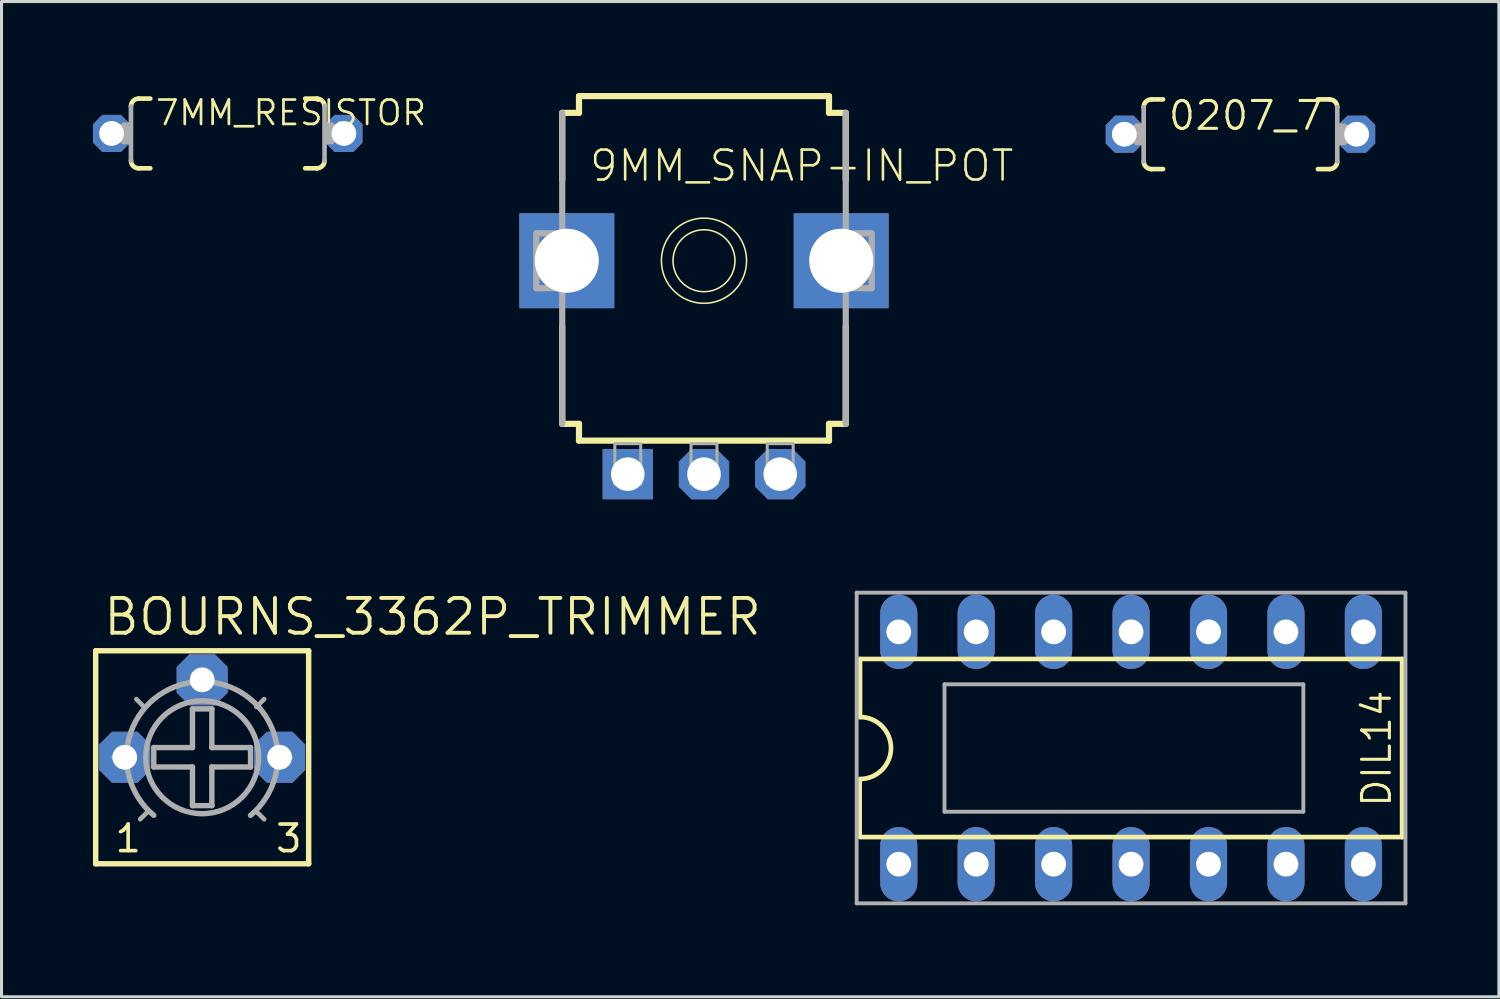
<source format=kicad_pcb>
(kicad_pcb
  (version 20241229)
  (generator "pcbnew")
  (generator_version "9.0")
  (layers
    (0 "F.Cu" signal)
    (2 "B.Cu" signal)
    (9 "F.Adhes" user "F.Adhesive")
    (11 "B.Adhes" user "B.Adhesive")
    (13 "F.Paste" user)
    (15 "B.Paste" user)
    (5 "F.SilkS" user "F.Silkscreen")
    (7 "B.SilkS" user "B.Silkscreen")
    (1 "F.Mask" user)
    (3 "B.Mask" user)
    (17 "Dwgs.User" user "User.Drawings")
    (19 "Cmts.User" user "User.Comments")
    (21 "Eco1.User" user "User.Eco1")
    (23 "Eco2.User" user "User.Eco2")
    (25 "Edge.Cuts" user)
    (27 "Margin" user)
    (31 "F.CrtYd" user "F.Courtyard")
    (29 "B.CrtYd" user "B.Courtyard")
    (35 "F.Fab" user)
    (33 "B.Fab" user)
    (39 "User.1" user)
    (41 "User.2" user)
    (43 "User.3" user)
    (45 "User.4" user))
  (footprint "0207_7"
    (layer "F.Cu")
    (at 37.637 1.353)
    (property "Reference" "0207_7" (at -2.421 -1.146 0) (layer "F.SilkS") (effects (font (size 0.914 0.914) (thickness 0.102)) (justify left top)))
    (fp_line (start -2.921 -1.143) (end -2.54 -1.143) (stroke (width 0.152) (type solid)) (layer "F.SilkS"))
    (fp_line (start -2.921 1.143) (end -2.54 1.143) (stroke (width 0.152) (type solid)) (layer "F.SilkS"))
    (fp_line (start 2.921 -1.143) (end 2.54 -1.143) (stroke (width 0.152) (type solid)) (layer "F.SilkS"))
    (fp_line (start 2.921 1.143) (end 2.54 1.143) (stroke (width 0.152) (type solid)) (layer "F.SilkS"))
    (fp_arc (start -3.175 -0.889) (mid -3.100605 -1.068605) (end -2.921 -1.143) (stroke (width 0.1524) (type solid)) (layer "F.SilkS"))
    (fp_arc (start -2.921 1.143) (mid -3.100605 1.068605) (end -3.175 0.889) (stroke (width 0.1524) (type solid)) (layer "F.SilkS"))
    (fp_arc (start 2.921 -1.143) (mid 3.100605 -1.068605) (end 3.175 -0.889) (stroke (width 0.1524) (type solid)) (layer "F.SilkS"))
    (fp_arc (start 3.175 0.889) (mid 3.100605 1.068605) (end 2.921 1.143) (stroke (width 0.1524) (type solid)) (layer "F.SilkS"))
    (fp_line (start -3.81 0) (end -3.429 0) (stroke (width 0.61) (type solid)) (layer "F.Fab"))
    (fp_line (start -3.175 0.889) (end -3.175 -0.889) (stroke (width 0.152) (type solid)) (layer "F.Fab"))
    (fp_line (start 3.175 0.889) (end 3.175 -0.889) (stroke (width 0.152) (type solid)) (layer "F.Fab"))
    (fp_line (start 3.429 0) (end 3.81 0) (stroke (width 0.61) (type solid)) (layer "F.Fab"))
    (fp_poly (pts (xy -3.429 0.305) (xy -3.175 0.305) (xy -3.175 -0.305) (xy -3.429 -0.305)) (stroke (width 0.1) (type solid)) (fill no) (layer "F.Fab"))
    (fp_poly (pts (xy 3.175 0.305) (xy 3.429 0.305) (xy 3.429 -0.305) (xy 3.175 -0.305)) (stroke (width 0.1) (type solid)) (fill no) (layer "F.Fab"))
    (pad "1" thru_hole roundrect (at -3.81 0) (size 1.219 1.219) (drill 0.813) (layers "*.Cu" "*.Mask") (roundrect_rratio 0.25) (chamfer_ratio 0.25) (chamfer top_left top_right bottom_left bottom_right))
    (pad "2" thru_hole roundrect (at 3.81 0) (size 1.219 1.219) (drill 0.813) (layers "*.Cu" "*.Mask") (roundrect_rratio 0.25) (chamfer_ratio 0.25) (chamfer top_left top_right bottom_left bottom_right)))
  (footprint "9MM_SNAP-IN_POT"
    (layer "F.Cu")
    (at 20.041 5.502)
    (property "Reference" "9MM_SNAP-IN_POT" (at -3.81 -2.54 0) (layer "F.SilkS") (effects (font (size 0.981 0.981) (thickness 0.085)) (justify left bottom)))
    (fp_line (start -4.65 -2.65) (end -4.65 -4.85) (stroke (width 0.203) (type solid)) (layer "F.SilkS"))
    (fp_line (start -4.65 5.35) (end -4.65 2.15) (stroke (width 0.203) (type solid)) (layer "F.SilkS"))
    (fp_line (start -4.65 5.35) (end -4.1 5.35) (stroke (width 0.203) (type solid)) (layer "F.SilkS"))
    (fp_line (start -4.1 -5.4) (end -4.1 -4.85) (stroke (width 0.203) (type solid)) (layer "F.SilkS"))
    (fp_line (start -4.1 -5.4) (end 4.1 -5.4) (stroke (width 0.203) (type solid)) (layer "F.SilkS"))
    (fp_line (start -4.1 -4.85) (end -4.65 -4.85) (stroke (width 0.203) (type solid)) (layer "F.SilkS"))
    (fp_line (start -4.1 5.35) (end -4.1 5.9) (stroke (width 0.203) (type solid)) (layer "F.SilkS"))
    (fp_line (start 4.1 -4.85) (end 4.1 -5.4) (stroke (width 0.203) (type solid)) (layer "F.SilkS"))
    (fp_line (start 4.1 5.35) (end 4.65 5.35) (stroke (width 0.203) (type solid)) (layer "F.SilkS"))
    (fp_line (start 4.1 5.9) (end -4.1 5.9) (stroke (width 0.203) (type solid)) (layer "F.SilkS"))
    (fp_line (start 4.1 5.9) (end 4.1 5.35) (stroke (width 0.203) (type solid)) (layer "F.SilkS"))
    (fp_line (start 4.65 -4.85) (end 4.1 -4.85) (stroke (width 0.203) (type solid)) (layer "F.SilkS"))
    (fp_line (start 4.65 -4.85) (end 4.65 -2.65) (stroke (width 0.203) (type solid)) (layer "F.SilkS"))
    (fp_line (start 4.65 2.15) (end 4.65 5.35) (stroke (width 0.203) (type solid)) (layer "F.SilkS"))
    (fp_circle (center 0 0) (end 1.016 0) (stroke (width 0.051) (type solid)) (fill no) (layer "F.SilkS"))
    (fp_circle (center 0 0) (end 1.397 0) (stroke (width 0.051) (type solid)) (fill no) (layer "F.SilkS"))
    (fp_line (start -5.5 -0.9) (end -5.5 0.9) (stroke (width 0.203) (type solid)) (layer "F.Fab"))
    (fp_line (start -5.5 0.9) (end -4.75 0.9) (stroke (width 0.203) (type solid)) (layer "F.Fab"))
    (fp_line (start -4.75 -0.9) (end -5.5 -0.9) (stroke (width 0.203) (type solid)) (layer "F.Fab"))
    (fp_line (start -4.65 5.35) (end -4.65 -4.85) (stroke (width 0.203) (type solid)) (layer "F.Fab"))
    (fp_line (start 4.65 -4.85) (end 4.65 5.35) (stroke (width 0.203) (type solid)) (layer "F.Fab"))
    (fp_line (start 4.75 0.9) (end 5.5 0.9) (stroke (width 0.203) (type solid)) (layer "F.Fab"))
    (fp_line (start 5.5 -0.9) (end 4.75 -0.9) (stroke (width 0.203) (type solid)) (layer "F.Fab"))
    (fp_line (start 5.5 0.9) (end 5.5 -0.9) (stroke (width 0.203) (type solid)) (layer "F.Fab"))
    (fp_poly (pts (xy -2.925 7.325) (xy -2.075 7.325) (xy -2.075 6) (xy -2.925 6)) (stroke (width 0.1) (type solid)) (fill no) (layer "F.Fab"))
    (fp_poly (pts (xy -0.425 7.325) (xy 0.425 7.325) (xy 0.425 6) (xy -0.425 6)) (stroke (width 0.1) (type solid)) (fill no) (layer "F.Fab"))
    (fp_poly (pts (xy 2.075 7.325) (xy 2.925 7.325) (xy 2.925 6) (xy 2.075 6)) (stroke (width 0.1) (type solid)) (fill no) (layer "F.Fab"))
    (pad "1" thru_hole rect (at -2.5 7 270) (size 1.65 1.65) (drill 1.1) (layers "*.Cu" "*.Mask"))
    (pad "2" thru_hole roundrect (at 0 7 270) (size 1.65 1.65) (drill 1.1) (layers "*.Cu" "*.Mask") (roundrect_rratio 0.25) (chamfer_ratio 0.25) (chamfer top_left top_right bottom_left bottom_right))
    (pad "3" thru_hole roundrect (at 2.5 7 270) (size 1.65 1.65) (drill 1.1) (layers "*.Cu" "*.Mask") (roundrect_rratio 0.25) (chamfer_ratio 0.25) (chamfer top_left top_right bottom_left bottom_right))
    (pad "CHASSIS1" thru_hole rect (at -4.5 0 270) (size 3.116 3.116) (drill 2.1) (layers "*.Cu" "*.Mask"))
    (pad "CHASSIS2" thru_hole rect (at 4.5 0 270) (size 3.116 3.116) (drill 2.1) (layers "*.Cu" "*.Mask")))
  (footprint "BOURNS_3362P_TRIMMER"
    (layer "F.Cu")
    (at 3.581 21.788)
    (property "Reference" "BOURNS_3362P_TRIMMER" (at -3.302 -3.937 0) (layer "F.SilkS") (effects (font (size 1.143 1.143) (thickness 0.127)) (justify left bottom)))
    (fp_line (start -3.493 -3.493) (end 3.493 -3.493) (stroke (width 0.178) (type solid)) (layer "F.SilkS"))
    (fp_line (start -3.493 3.493) (end -3.493 -3.493) (stroke (width 0.178) (type solid)) (layer "F.SilkS"))
    (fp_line (start 3.493 -3.493) (end 3.493 3.493) (stroke (width 0.178) (type solid)) (layer "F.SilkS"))
    (fp_line (start 3.493 3.493) (end -3.493 3.493) (stroke (width 0.178) (type solid)) (layer "F.SilkS"))
    (fp_line (start -2.515 0) (end -2.896 0) (stroke (width 0.152) (type solid)) (layer "F.Fab"))
    (fp_line (start -1.905 -1.651) (end -2.159 -1.905) (stroke (width 0.152) (type solid)) (layer "F.Fab"))
    (fp_line (start -1.778 1.778) (end -2.032 2.032) (stroke (width 0.152) (type solid)) (layer "F.Fab"))
    (fp_line (start -1.587 -0.318) (end -0.318 -0.318) (stroke (width 0.178) (type solid)) (layer "F.Fab"))
    (fp_line (start -1.587 0.318) (end -1.587 -0.318) (stroke (width 0.178) (type solid)) (layer "F.Fab"))
    (fp_line (start -0.318 -1.587) (end 0.318 -1.587) (stroke (width 0.178) (type solid)) (layer "F.Fab"))
    (fp_line (start -0.318 -0.318) (end -0.318 -1.587) (stroke (width 0.178) (type solid)) (layer "F.Fab"))
    (fp_line (start -0.318 0.318) (end -1.587 0.318) (stroke (width 0.178) (type solid)) (layer "F.Fab"))
    (fp_line (start -0.318 1.587) (end -0.318 0.318) (stroke (width 0.178) (type solid)) (layer "F.Fab"))
    (fp_line (start 0 -2.464) (end 0 -2.845) (stroke (width 0.152) (type solid)) (layer "F.Fab"))
    (fp_line (start 0.318 -1.587) (end 0.318 -0.318) (stroke (width 0.178) (type solid)) (layer "F.Fab"))
    (fp_line (start 0.318 -0.318) (end 1.587 -0.318) (stroke (width 0.178) (type solid)) (layer "F.Fab"))
    (fp_line (start 0.318 0.318) (end 0.318 1.587) (stroke (width 0.178) (type solid)) (layer "F.Fab"))
    (fp_line (start 0.318 1.587) (end -0.318 1.587) (stroke (width 0.178) (type solid)) (layer "F.Fab"))
    (fp_line (start 1.587 -0.318) (end 1.587 0.318) (stroke (width 0.178) (type solid)) (layer "F.Fab"))
    (fp_line (start 1.587 0.318) (end 0.318 0.318) (stroke (width 0.178) (type solid)) (layer "F.Fab"))
    (fp_line (start 1.778 -1.651) (end 2.032 -1.905) (stroke (width 0.152) (type solid)) (layer "F.Fab"))
    (fp_line (start 1.778 1.778) (end 2.032 2.032) (stroke (width 0.152) (type solid)) (layer "F.Fab"))
    (fp_line (start 2.515 0) (end 2.896 0) (stroke (width 0.152) (type solid)) (layer "F.Fab"))
    (fp_arc (start -1.5875 1.905) (mid 0 -2.479754) (end 1.5875 1.905) (stroke (width 0.1778) (type solid)) (layer "F.Fab"))
    (fp_circle (center 0 0) (end 1.851 0) (stroke (width 0.178) (type solid)) (fill no) (layer "F.Fab"))
    (fp_text user "3" (at 2.349 3.175 0) (layer "F.SilkS") (effects (font (size 0.872 0.872) (thickness 0.119)) (justify left bottom)))
    (fp_text user "1" (at -2.921 3.175 0) (layer "F.SilkS") (effects (font (size 0.872 0.872) (thickness 0.119)) (justify left bottom)))
    (pad "1" thru_hole roundrect (at -2.54 0) (size 1.676 1.676) (drill 0.813) (layers "*.Cu" "*.Mask") (roundrect_rratio 0.25) (chamfer_ratio 0.25) (chamfer top_left top_right bottom_left bottom_right))
    (pad "2" thru_hole roundrect (at 0 -2.54) (size 1.676 1.676) (drill 0.813) (layers "*.Cu" "*.Mask") (roundrect_rratio 0.25) (chamfer_ratio 0.25) (chamfer top_left top_right bottom_left bottom_right))
    (pad "3" thru_hole roundrect (at 2.54 0) (size 1.676 1.676) (drill 0.813) (layers "*.Cu" "*.Mask") (roundrect_rratio 0.25) (chamfer_ratio 0.25) (chamfer top_left top_right bottom_left bottom_right)))
  (footprint "7MM_RESISTOR"
    (layer "F.Cu")
    (at 4.42 1.327)
    (property "Reference" "7MM_RESISTOR" (at -2.421 -1.146 0) (layer "F.SilkS") (effects (font (size 0.8 0.8) (thickness 0.089)) (justify left top)))
    (fp_line (start -2.921 -1.143) (end -2.54 -1.143) (stroke (width 0.152) (type solid)) (layer "F.SilkS"))
    (fp_line (start -2.921 1.143) (end -2.54 1.143) (stroke (width 0.152) (type solid)) (layer "F.SilkS"))
    (fp_line (start 2.921 -1.143) (end 2.54 -1.143) (stroke (width 0.152) (type solid)) (layer "F.SilkS"))
    (fp_line (start 2.921 1.143) (end 2.54 1.143) (stroke (width 0.152) (type solid)) (layer "F.SilkS"))
    (fp_arc (start -3.175 -0.889) (mid -3.100605 -1.068605) (end -2.921 -1.143) (stroke (width 0.1524) (type solid)) (layer "F.SilkS"))
    (fp_arc (start -2.921 1.143) (mid -3.100605 1.068605) (end -3.175 0.889) (stroke (width 0.1524) (type solid)) (layer "F.SilkS"))
    (fp_arc (start 2.921 -1.143) (mid 3.100605 -1.068605) (end 3.175 -0.889) (stroke (width 0.1524) (type solid)) (layer "F.SilkS"))
    (fp_arc (start 3.175 0.889) (mid 3.100605 1.068605) (end 2.921 1.143) (stroke (width 0.1524) (type solid)) (layer "F.SilkS"))
    (fp_line (start -3.81 0) (end -3.429 0) (stroke (width 0.61) (type solid)) (layer "F.Fab"))
    (fp_line (start -3.175 0.889) (end -3.175 -0.889) (stroke (width 0.152) (type solid)) (layer "F.Fab"))
    (fp_line (start 3.175 0.889) (end 3.175 -0.889) (stroke (width 0.152) (type solid)) (layer "F.Fab"))
    (fp_line (start 3.429 0) (end 3.81 0) (stroke (width 0.61) (type solid)) (layer "F.Fab"))
    (fp_poly (pts (xy -3.429 0.305) (xy -3.175 0.305) (xy -3.175 -0.305) (xy -3.429 -0.305)) (stroke (width 0.1) (type solid)) (fill no) (layer "F.Fab"))
    (fp_poly (pts (xy 3.175 0.305) (xy 3.429 0.305) (xy 3.429 -0.305) (xy 3.175 -0.305)) (stroke (width 0.1) (type solid)) (fill no) (layer "F.Fab"))
    (pad "1" thru_hole roundrect (at -3.81 0) (size 1.219 1.219) (drill 0.813) (layers "*.Cu" "*.Mask") (roundrect_rratio 0.25) (chamfer_ratio 0.25) (chamfer top_left top_right bottom_left bottom_right))
    (pad "2" thru_hole roundrect (at 3.81 0) (size 1.219 1.219) (drill 0.813) (layers "*.Cu" "*.Mask") (roundrect_rratio 0.25) (chamfer_ratio 0.25) (chamfer top_left top_right bottom_left bottom_right)))
  (footprint "DIL14"
    (layer "F.Cu")
    (at 34.049 21.485)
    (property "Reference" "DIL14" (at 8.055 0.021 90) (layer "F.SilkS") (effects (font (size 0.914 0.914) (thickness 0.102))))
    (fp_line (start -8.89 -2.921) (end -8.89 -1.016) (stroke (width 0.152) (type solid)) (layer "F.SilkS"))
    (fp_line (start -8.89 2.921) (end -8.89 1.016) (stroke (width 0.127) (type solid)) (layer "F.SilkS"))
    (fp_line (start -8.89 2.921) (end 8.89 2.921) (stroke (width 0.152) (type solid)) (layer "F.SilkS"))
    (fp_line (start 8.89 -2.921) (end -8.89 -2.921) (stroke (width 0.152) (type solid)) (layer "F.SilkS"))
    (fp_line (start 8.89 -2.921) (end 8.89 2.921) (stroke (width 0.152) (type solid)) (layer "F.SilkS"))
    (fp_arc (start -8.89 -1.016) (mid -7.874 0) (end -8.89 1.016) (stroke (width 0.1524) (type solid)) (layer "F.SilkS"))
    (fp_line (start -9 -5.095) (end 9 -5.095) (stroke (width 0.127) (type solid)) (layer "F.Fab"))
    (fp_line (start -9 5.095) (end -9 -5.095) (stroke (width 0.127) (type solid)) (layer "F.Fab"))
    (fp_line (start -6.12 -2.09) (end 5.65 -2.09) (stroke (width 0.127) (type solid)) (layer "F.Fab"))
    (fp_line (start -6.12 2.09) (end -6.12 -2.09) (stroke (width 0.127) (type solid)) (layer "F.Fab"))
    (fp_line (start 5.65 -2.09) (end 5.65 2.09) (stroke (width 0.127) (type solid)) (layer "F.Fab"))
    (fp_line (start 5.65 2.09) (end -6.12 2.09) (stroke (width 0.127) (type solid)) (layer "F.Fab"))
    (fp_line (start 9 -5.095) (end 9 5.095) (stroke (width 0.127) (type solid)) (layer "F.Fab"))
    (fp_line (start 9 5.095) (end -9 5.095) (stroke (width 0.127) (type solid)) (layer "F.Fab"))
    (pad "1" thru_hole oval (at -7.62 3.81 90) (size 2.438 1.219) (drill 0.813) (layers "*.Cu" "*.Mask"))
    (pad "2" thru_hole oval (at -5.08 3.81 90) (size 2.438 1.219) (drill 0.813) (layers "*.Cu" "*.Mask"))
    (pad "3" thru_hole oval (at -2.54 3.81 90) (size 2.438 1.219) (drill 0.813) (layers "*.Cu" "*.Mask"))
    (pad "4" thru_hole oval (at 0 3.81 90) (size 2.438 1.219) (drill 0.813) (layers "*.Cu" "*.Mask"))
    (pad "5" thru_hole oval (at 2.54 3.81 90) (size 2.438 1.219) (drill 0.813) (layers "*.Cu" "*.Mask"))
    (pad "6" thru_hole oval (at 5.08 3.81 90) (size 2.438 1.219) (drill 0.813) (layers "*.Cu" "*.Mask"))
    (pad "7" thru_hole oval (at 7.62 3.81 90) (size 2.438 1.219) (drill 0.813) (layers "*.Cu" "*.Mask"))
    (pad "8" thru_hole oval (at 7.62 -3.81 90) (size 2.438 1.219) (drill 0.813) (layers "*.Cu" "*.Mask"))
    (pad "9" thru_hole oval (at 5.08 -3.81 90) (size 2.438 1.219) (drill 0.813) (layers "*.Cu" "*.Mask"))
    (pad "10" thru_hole oval (at 2.54 -3.81 90) (size 2.438 1.219) (drill 0.813) (layers "*.Cu" "*.Mask"))
    (pad "11" thru_hole oval (at 0 -3.81 90) (size 2.438 1.219) (drill 0.813) (layers "*.Cu" "*.Mask"))
    (pad "12" thru_hole oval (at -2.54 -3.81 90) (size 2.438 1.219) (drill 0.813) (layers "*.Cu" "*.Mask"))
    (pad "13" thru_hole oval (at -5.08 -3.81 90) (size 2.438 1.219) (drill 0.813) (layers "*.Cu" "*.Mask"))
    (pad "14" thru_hole oval (at -7.62 -3.81 90) (size 2.438 1.219) (drill 0.813) (layers "*.Cu" "*.Mask")))
  (gr_rect
    (start -3 -3)
    (end 46.113 29.644)
    (stroke (width 0.1) (type default))
    (fill no)
    (layer "Edge.Cuts")))
</source>
